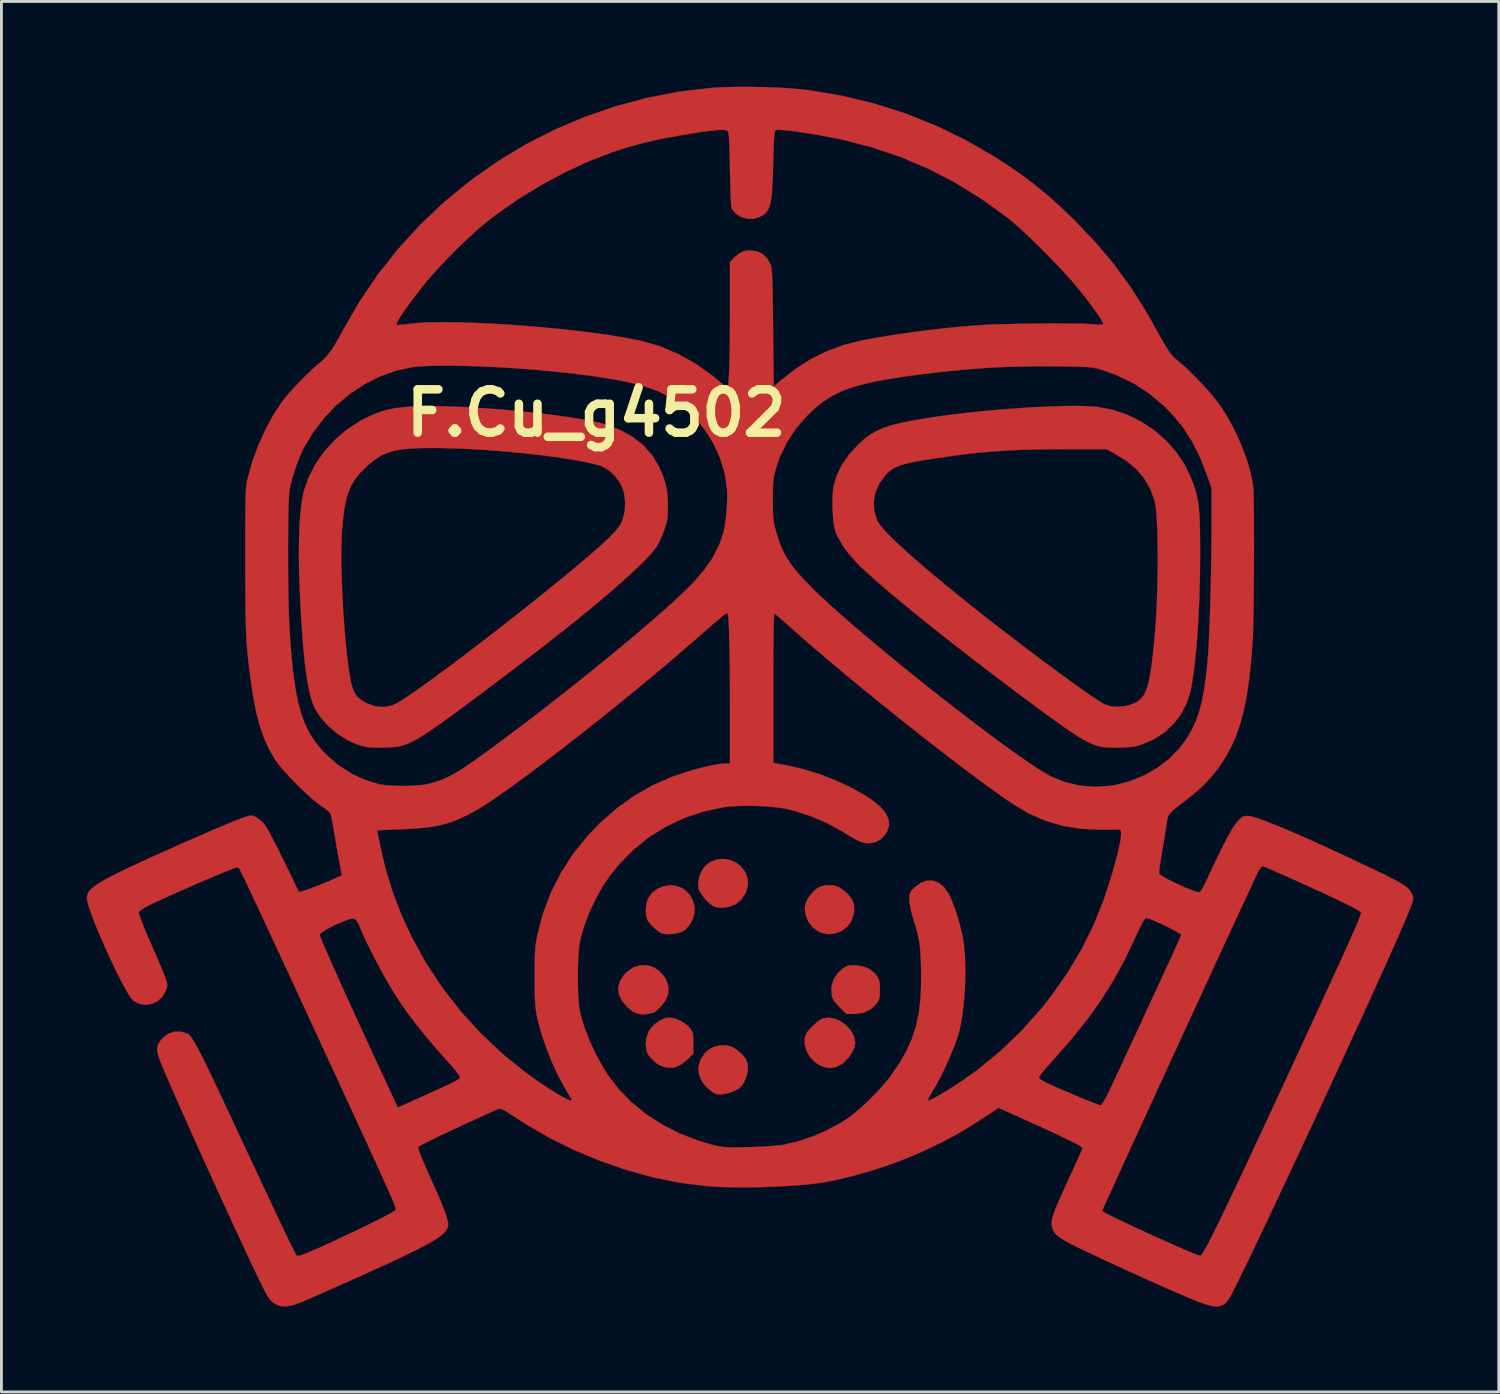
<source format=kicad_pcb>
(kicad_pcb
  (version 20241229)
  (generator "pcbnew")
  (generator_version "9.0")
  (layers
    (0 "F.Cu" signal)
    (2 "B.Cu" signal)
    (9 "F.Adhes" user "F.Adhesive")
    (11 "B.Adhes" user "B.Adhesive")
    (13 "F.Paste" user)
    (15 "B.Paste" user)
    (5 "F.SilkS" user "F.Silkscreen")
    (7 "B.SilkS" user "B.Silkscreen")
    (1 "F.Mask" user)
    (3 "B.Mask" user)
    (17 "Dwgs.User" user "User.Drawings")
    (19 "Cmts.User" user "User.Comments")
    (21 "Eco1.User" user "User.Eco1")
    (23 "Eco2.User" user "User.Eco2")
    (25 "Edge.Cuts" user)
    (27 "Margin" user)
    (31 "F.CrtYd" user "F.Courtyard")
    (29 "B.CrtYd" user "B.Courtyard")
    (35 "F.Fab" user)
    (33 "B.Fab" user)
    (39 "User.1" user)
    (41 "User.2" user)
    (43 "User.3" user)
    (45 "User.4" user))
  (footprint "F.Cu_g4502"
    (layer "F.Cu")
    (at 17.912 11.47)
    (property "Reference" "F.Cu_g4502" (at 0 0 0) (layer "F.SilkS") (effects (font (size 1.524 1.524) (thickness 0.3))))
    (attr through_hole)
    (fp_poly (pts (xy 4.699 15.711) (xy 4.932 15.818) (xy 5.074 15.93) (xy 5.238 16.137) (xy 5.324 16.366) (xy 5.33 16.607) (xy 5.257 16.851) (xy 5.105 17.088) (xy 5.081 17.116) (xy 4.907 17.257) (xy 4.689 17.351) (xy 4.452 17.392) (xy 4.225 17.372) (xy 4.125 17.339) (xy 3.994 17.253) (xy 3.852 17.116) (xy 3.722 16.954) (xy 3.626 16.793) (xy 3.596 16.713) (xy 3.581 16.524) (xy 3.62 16.308) (xy 3.703 16.099) (xy 3.798 15.956) (xy 3.985 15.795) (xy 4.209 15.7) (xy 4.452 15.672) (xy 4.699 15.711)) (stroke (width 0.01) (type solid)) (fill yes) (layer "F.Cu"))
    (fp_poly (pts (xy 2.755 21.283) (xy 2.964 21.368) (xy 3.156 21.49) (xy 3.293 21.623) (xy 3.349 21.704) (xy 3.383 21.782) (xy 3.401 21.882) (xy 3.407 22.028) (xy 3.408 22.15) (xy 3.408 22.527) (xy 3.193 22.732) (xy 2.972 22.907) (xy 2.757 23.001) (xy 2.535 23.018) (xy 2.312 22.967) (xy 2.145 22.878) (xy 1.982 22.743) (xy 1.848 22.587) (xy 1.774 22.445) (xy 1.737 22.216) (xy 1.762 21.97) (xy 1.843 21.743) (xy 1.887 21.669) (xy 2.048 21.487) (xy 2.24 21.348) (xy 2.44 21.267) (xy 2.561 21.251) (xy 2.755 21.283)) (stroke (width 0.01) (type solid)) (fill yes) (layer "F.Cu"))
    (fp_poly (pts (xy 8.455 16.636) (xy 8.522 16.663) (xy 8.69 16.773) (xy 8.853 16.921) (xy 8.978 17.077) (xy 9.004 17.121) (xy 9.061 17.309) (xy 9.062 17.53) (xy 9.01 17.755) (xy 8.967 17.855) (xy 8.819 18.057) (xy 8.623 18.206) (xy 8.395 18.296) (xy 8.153 18.321) (xy 7.916 18.275) (xy 7.832 18.238) (xy 7.619 18.086) (xy 7.459 17.887) (xy 7.361 17.657) (xy 7.332 17.413) (xy 7.363 17.223) (xy 7.442 17.057) (xy 7.568 16.887) (xy 7.718 16.742) (xy 7.862 16.652) (xy 8.049 16.605) (xy 8.261 16.6) (xy 8.455 16.636)) (stroke (width 0.01) (type solid)) (fill yes) (layer "F.Cu"))
    (fp_poly (pts (xy 8.373 21.287) (xy 8.588 21.379) (xy 8.783 21.519) (xy 8.944 21.698) (xy 9.054 21.903) (xy 9.101 22.124) (xy 9.102 22.151) (xy 9.069 22.312) (xy 8.98 22.495) (xy 8.852 22.677) (xy 8.698 22.833) (xy 8.62 22.892) (xy 8.399 23.001) (xy 8.178 23.027) (xy 7.946 22.971) (xy 7.895 22.95) (xy 7.682 22.815) (xy 7.511 22.634) (xy 7.39 22.424) (xy 7.327 22.201) (xy 7.327 21.98) (xy 7.384 21.808) (xy 7.462 21.698) (xy 7.583 21.568) (xy 7.722 21.44) (xy 7.855 21.339) (xy 7.941 21.292) (xy 8.152 21.255) (xy 8.373 21.287)) (stroke (width 0.01) (type solid)) (fill yes) (layer "F.Cu"))
    (fp_poly (pts (xy 4.775 22.283) (xy 4.788 22.289) (xy 4.955 22.397) (xy 5.117 22.539) (xy 5.242 22.689) (xy 5.274 22.741) (xy 5.327 22.925) (xy 5.323 23.142) (xy 5.266 23.368) (xy 5.162 23.578) (xy 5.086 23.679) (xy 4.965 23.773) (xy 4.794 23.855) (xy 4.599 23.916) (xy 4.407 23.949) (xy 4.247 23.947) (xy 4.191 23.932) (xy 4.055 23.851) (xy 3.906 23.721) (xy 3.769 23.57) (xy 3.697 23.465) (xy 3.606 23.232) (xy 3.593 22.99) (xy 3.657 22.752) (xy 3.794 22.531) (xy 3.949 22.379) (xy 4.13 22.28) (xy 4.35 22.229) (xy 4.576 22.229) (xy 4.775 22.283)) (stroke (width 0.01) (type solid)) (fill yes) (layer "F.Cu"))
    (fp_poly (pts (xy 2.843 16.629) (xy 3.066 16.726) (xy 3.089 16.742) (xy 3.266 16.91) (xy 3.392 17.125) (xy 3.456 17.361) (xy 3.457 17.532) (xy 3.398 17.769) (xy 3.285 17.985) (xy 3.135 18.155) (xy 3.067 18.205) (xy 2.92 18.266) (xy 2.731 18.305) (xy 2.532 18.32) (xy 2.359 18.307) (xy 2.286 18.286) (xy 2.171 18.215) (xy 2.035 18.099) (xy 1.906 17.966) (xy 1.81 17.84) (xy 1.796 17.814) (xy 1.75 17.662) (xy 1.739 17.466) (xy 1.761 17.261) (xy 1.815 17.081) (xy 1.817 17.077) (xy 1.95 16.878) (xy 2.137 16.73) (xy 2.36 16.636) (xy 2.602 16.601) (xy 2.843 16.629)) (stroke (width 0.01) (type solid)) (fill yes) (layer "F.Cu"))
    (fp_poly (pts (xy 1.79 19.414) (xy 2.021 19.486) (xy 2.229 19.627) (xy 2.403 19.832) (xy 2.472 19.957) (xy 2.54 20.191) (xy 2.525 20.427) (xy 2.429 20.658) (xy 2.255 20.878) (xy 2.204 20.926) (xy 2.103 21.013) (xy 2.027 21.07) (xy 2 21.083) (xy 1.941 21.092) (xy 1.837 21.113) (xy 1.82 21.117) (xy 1.695 21.136) (xy 1.592 21.136) (xy 1.587 21.135) (xy 1.424 21.101) (xy 1.305 21.052) (xy 1.19 20.969) (xy 1.116 20.903) (xy 0.917 20.678) (xy 0.801 20.449) (xy 0.769 20.22) (xy 0.821 19.994) (xy 0.957 19.774) (xy 1.092 19.634) (xy 1.313 19.485) (xy 1.55 19.413) (xy 1.79 19.414)) (stroke (width 0.01) (type solid)) (fill yes) (layer "F.Cu"))
    (fp_poly (pts (xy 9.359 19.446) (xy 9.604 19.545) (xy 9.796 19.704) (xy 9.856 19.782) (xy 9.916 19.885) (xy 9.95 19.984) (xy 9.966 20.111) (xy 9.97 20.281) (xy 9.967 20.453) (xy 9.953 20.568) (xy 9.921 20.655) (xy 9.864 20.74) (xy 9.84 20.771) (xy 9.64 20.961) (xy 9.398 21.078) (xy 9.112 21.124) (xy 9.065 21.124) (xy 8.792 21.124) (xy 8.549 20.881) (xy 8.415 20.737) (xy 8.334 20.623) (xy 8.29 20.515) (xy 8.277 20.458) (xy 8.266 20.179) (xy 8.333 19.93) (xy 8.479 19.704) (xy 8.651 19.541) (xy 8.756 19.465) (xy 8.853 19.426) (xy 8.979 19.412) (xy 9.074 19.411) (xy 9.359 19.446)) (stroke (width 0.01) (type solid)) (fill yes) (layer "F.Cu"))
    (fp_poly (pts (xy 17.278 -0.241) (xy 17.584 -0.219) (xy 17.601 -0.217) (xy 18.14 -0.117) (xy 18.661 0.058) (xy 19.156 0.303) (xy 19.616 0.609) (xy 20.031 0.971) (xy 20.393 1.381) (xy 20.693 1.832) (xy 20.916 2.302) (xy 20.992 2.505) (xy 21.054 2.694) (xy 21.105 2.879) (xy 21.145 3.07) (xy 21.175 3.28) (xy 21.197 3.518) (xy 21.212 3.796) (xy 21.221 4.123) (xy 21.225 4.512) (xy 21.226 4.973) (xy 21.226 5.059) (xy 21.218 5.794) (xy 21.198 6.511) (xy 21.167 7.2) (xy 21.126 7.85) (xy 21.074 8.452) (xy 21.013 8.996) (xy 20.943 9.473) (xy 20.891 9.758) (xy 20.76 10.187) (xy 20.557 10.581) (xy 20.289 10.932) (xy 19.962 11.233) (xy 19.584 11.476) (xy 19.162 11.655) (xy 18.988 11.705) (xy 18.8 11.737) (xy 18.56 11.757) (xy 18.297 11.765) (xy 18.038 11.759) (xy 17.81 11.74) (xy 17.653 11.711) (xy 17.534 11.674) (xy 17.406 11.623) (xy 17.265 11.555) (xy 17.103 11.467) (xy 16.917 11.354) (xy 16.7 11.212) (xy 16.447 11.04) (xy 16.153 10.831) (xy 15.811 10.584) (xy 15.417 10.294) (xy 14.965 9.958) (xy 14.668 9.736) (xy 14.017 9.245) (xy 13.382 8.76) (xy 12.768 8.285) (xy 12.179 7.823) (xy 11.622 7.38) (xy 11.102 6.96) (xy 10.624 6.566) (xy 10.192 6.203) (xy 9.813 5.875) (xy 9.492 5.587) (xy 9.233 5.342) (xy 9.184 5.294) (xy 8.892 4.97) (xy 8.648 4.634) (xy 8.466 4.305) (xy 8.401 4.149) (xy 8.364 3.996) (xy 8.334 3.781) (xy 8.314 3.527) (xy 8.304 3.256) (xy 8.305 3.097) (xy 9.754 3.097) (xy 9.77 3.434) (xy 9.869 3.77) (xy 9.872 3.777) (xy 9.954 3.912) (xy 10.103 4.094) (xy 10.318 4.32) (xy 10.596 4.591) (xy 10.936 4.903) (xy 11.336 5.254) (xy 11.794 5.645) (xy 12.308 6.071) (xy 12.876 6.532) (xy 13.102 6.713) (xy 13.511 7.038) (xy 13.935 7.37) (xy 14.368 7.705) (xy 14.803 8.039) (xy 15.234 8.366) (xy 15.655 8.682) (xy 16.059 8.982) (xy 16.44 9.262) (xy 16.793 9.517) (xy 17.109 9.742) (xy 17.384 9.933) (xy 17.611 10.085) (xy 17.783 10.193) (xy 17.886 10.249) (xy 18.096 10.31) (xy 18.349 10.326) (xy 18.616 10.296) (xy 18.744 10.265) (xy 18.9 10.21) (xy 19.032 10.141) (xy 19.144 10.051) (xy 19.239 9.931) (xy 19.319 9.774) (xy 19.388 9.574) (xy 19.447 9.322) (xy 19.5 9.012) (xy 19.549 8.635) (xy 19.598 8.185) (xy 19.622 7.938) (xy 19.657 7.529) (xy 19.685 7.088) (xy 19.707 6.625) (xy 19.724 6.15) (xy 19.734 5.673) (xy 19.738 5.205) (xy 19.737 4.754) (xy 19.729 4.333) (xy 19.716 3.949) (xy 19.696 3.614) (xy 19.671 3.338) (xy 19.639 3.131) (xy 19.619 3.048) (xy 19.463 2.64) (xy 19.253 2.283) (xy 18.983 1.968) (xy 18.644 1.687) (xy 18.248 1.441) (xy 17.938 1.27) (xy 16.411 1.27) (xy 15.677 1.275) (xy 15.007 1.291) (xy 14.381 1.32) (xy 13.778 1.363) (xy 13.179 1.421) (xy 12.563 1.498) (xy 11.91 1.593) (xy 11.429 1.671) (xy 11.097 1.731) (xy 10.835 1.791) (xy 10.628 1.857) (xy 10.463 1.933) (xy 10.325 2.027) (xy 10.2 2.143) (xy 10.187 2.158) (xy 9.963 2.451) (xy 9.819 2.767) (xy 9.754 3.097) (xy 8.305 3.097) (xy 8.305 2.991) (xy 8.318 2.754) (xy 8.337 2.603) (xy 8.444 2.219) (xy 8.629 1.835) (xy 8.885 1.461) (xy 9.208 1.106) (xy 9.27 1.047) (xy 9.461 0.882) (xy 9.655 0.742) (xy 9.862 0.624) (xy 10.096 0.522) (xy 10.367 0.433) (xy 10.687 0.352) (xy 11.068 0.274) (xy 11.52 0.195) (xy 12.026 0.118) (xy 12.569 0.046) (xy 13.136 -0.02) (xy 13.717 -0.079) (xy 14.302 -0.13) (xy 14.879 -0.173) (xy 15.439 -0.208) (xy 15.969 -0.232) (xy 16.459 -0.247) (xy 16.899 -0.25) (xy 17.278 -0.241)) (stroke (width 0.01) (type solid)) (fill yes) (layer "F.Cu"))
    (fp_poly (pts (xy -5.404 -0.241) (xy -4.904 -0.224) (xy -4.37 -0.197) (xy -3.816 -0.16) (xy -3.25 -0.115) (xy -2.684 -0.063) (xy -2.128 -0.004) (xy -1.594 0.059) (xy -1.092 0.127) (xy -0.633 0.198) (xy -0.227 0.271) (xy 0.115 0.344) (xy 0.36 0.411) (xy 0.851 0.601) (xy 1.284 0.843) (xy 1.653 1.135) (xy 1.956 1.474) (xy 2.189 1.855) (xy 2.194 1.866) (xy 2.335 2.185) (xy 2.43 2.47) (xy 2.487 2.753) (xy 2.512 3.067) (xy 2.515 3.26) (xy 2.514 3.484) (xy 2.504 3.653) (xy 2.483 3.794) (xy 2.445 3.937) (xy 2.386 4.11) (xy 2.383 4.119) (xy 2.297 4.346) (xy 2.213 4.533) (xy 2.118 4.698) (xy 2 4.857) (xy 1.848 5.03) (xy 1.648 5.234) (xy 1.558 5.323) (xy 1.223 5.641) (xy 0.845 5.984) (xy 0.42 6.353) (xy -0.054 6.753) (xy -0.581 7.184) (xy -1.163 7.65) (xy -1.805 8.154) (xy -2.508 8.696) (xy -3.277 9.282) (xy -3.916 9.763) (xy -4.401 10.126) (xy -4.825 10.441) (xy -5.193 10.71) (xy -5.512 10.939) (xy -5.787 11.13) (xy -6.023 11.287) (xy -6.227 11.413) (xy -6.404 11.514) (xy -6.56 11.591) (xy -6.7 11.649) (xy -6.83 11.691) (xy -6.956 11.721) (xy -6.98 11.726) (xy -7.134 11.745) (xy -7.341 11.757) (xy -7.572 11.762) (xy -7.799 11.76) (xy -7.99 11.75) (xy -8.086 11.739) (xy -8.427 11.645) (xy -8.775 11.482) (xy -9.111 11.264) (xy -9.419 11.003) (xy -9.681 10.712) (xy -9.88 10.405) (xy -9.901 10.365) (xy -9.986 10.154) (xy -10.064 9.884) (xy -10.135 9.552) (xy -10.199 9.155) (xy -10.256 8.689) (xy -10.308 8.151) (xy -10.354 7.537) (xy -10.396 6.843) (xy -10.413 6.498) (xy -10.442 5.771) (xy -10.454 5.1) (xy -10.453 4.899) (xy -8.964 4.899) (xy -8.961 5.359) (xy -8.949 5.854) (xy -8.928 6.371) (xy -8.9 6.896) (xy -8.865 7.418) (xy -8.824 7.922) (xy -8.778 8.395) (xy -8.727 8.824) (xy -8.673 9.196) (xy -8.617 9.498) (xy -8.611 9.523) (xy -8.533 9.769) (xy -8.417 9.955) (xy -8.246 10.104) (xy -8.079 10.199) (xy -7.783 10.306) (xy -7.488 10.336) (xy -7.205 10.287) (xy -7.044 10.219) (xy -6.868 10.116) (xy -6.632 9.963) (xy -6.344 9.766) (xy -6.011 9.529) (xy -5.637 9.258) (xy -5.23 8.957) (xy -4.796 8.632) (xy -4.342 8.287) (xy -3.873 7.927) (xy -3.396 7.557) (xy -2.917 7.183) (xy -2.442 6.808) (xy -1.979 6.438) (xy -1.533 6.078) (xy -1.11 5.733) (xy -0.717 5.408) (xy -0.361 5.107) (xy -0.047 4.836) (xy 0.219 4.6) (xy 0.429 4.403) (xy 0.469 4.362) (xy 0.643 4.183) (xy 0.765 4.041) (xy 0.85 3.916) (xy 0.911 3.79) (xy 0.924 3.755) (xy 1 3.447) (xy 1.016 3.113) (xy 0.971 2.788) (xy 0.924 2.637) (xy 0.804 2.404) (xy 0.631 2.185) (xy 0.426 2.003) (xy 0.209 1.875) (xy 0.128 1.846) (xy -0.189 1.764) (xy -0.578 1.684) (xy -1.03 1.607) (xy -1.532 1.533) (xy -2.074 1.465) (xy -2.643 1.403) (xy -3.229 1.348) (xy -3.821 1.302) (xy -4.406 1.266) (xy -4.973 1.242) (xy -5.512 1.229) (xy -5.736 1.228) (xy -6.185 1.233) (xy -6.562 1.25) (xy -6.879 1.283) (xy -7.148 1.335) (xy -7.383 1.41) (xy -7.595 1.513) (xy -7.795 1.645) (xy -7.998 1.811) (xy -8.131 1.934) (xy -8.33 2.139) (xy -8.492 2.343) (xy -8.622 2.559) (xy -8.724 2.8) (xy -8.803 3.078) (xy -8.864 3.405) (xy -8.911 3.795) (xy -8.94 4.137) (xy -8.957 4.487) (xy -8.964 4.899) (xy -10.453 4.899) (xy -10.451 4.49) (xy -10.432 3.947) (xy -10.397 3.473) (xy -10.348 3.074) (xy -10.286 2.766) (xy -10.117 2.271) (xy -9.873 1.797) (xy -9.561 1.35) (xy -9.189 0.942) (xy -8.765 0.579) (xy -8.297 0.273) (xy -7.862 0.058) (xy -7.591 -0.045) (xy -7.321 -0.122) (xy -7.033 -0.177) (xy -6.704 -0.214) (xy -6.315 -0.237) (xy -6.265 -0.239) (xy -5.862 -0.246) (xy -5.404 -0.241)) (stroke (width 0.01) (type solid)) (fill yes) (layer "F.Cu"))
    (fp_poly (pts (xy 5.423 -11.465) (xy 5.918 -11.456) (xy 6.405 -11.437) (xy 6.863 -11.409) (xy 7.271 -11.373) (xy 7.478 -11.348) (xy 8.65 -11.15) (xy 9.786 -10.876) (xy 10.89 -10.523) (xy 11.963 -10.092) (xy 13.009 -9.582) (xy 14.029 -8.991) (xy 14.362 -8.776) (xy 14.91 -8.402) (xy 15.416 -8.022) (xy 15.902 -7.621) (xy 16.391 -7.18) (xy 16.852 -6.733) (xy 17.549 -5.998) (xy 18.175 -5.256) (xy 18.74 -4.49) (xy 19.256 -3.685) (xy 19.54 -3.191) (xy 19.718 -2.869) (xy 19.862 -2.612) (xy 19.979 -2.41) (xy 20.074 -2.254) (xy 20.155 -2.134) (xy 20.228 -2.04) (xy 20.299 -1.963) (xy 20.375 -1.893) (xy 20.463 -1.82) (xy 20.481 -1.806) (xy 20.693 -1.623) (xy 20.935 -1.392) (xy 21.19 -1.132) (xy 21.442 -0.859) (xy 21.673 -0.592) (xy 21.867 -0.349) (xy 21.977 -0.196) (xy 22.248 0.246) (xy 22.494 0.72) (xy 22.709 1.208) (xy 22.885 1.692) (xy 23.014 2.154) (xy 23.091 2.576) (xy 23.092 2.593) (xy 23.1 2.707) (xy 23.106 2.896) (xy 23.112 3.151) (xy 23.115 3.46) (xy 23.118 3.815) (xy 23.119 4.206) (xy 23.12 4.623) (xy 23.119 5.057) (xy 23.117 5.496) (xy 23.114 5.932) (xy 23.11 6.356) (xy 23.105 6.756) (xy 23.099 7.123) (xy 23.092 7.449) (xy 23.085 7.721) (xy 23.076 7.932) (xy 23.072 8.001) (xy 23.018 8.724) (xy 22.948 9.371) (xy 22.862 9.951) (xy 22.757 10.473) (xy 22.63 10.943) (xy 22.479 11.372) (xy 22.302 11.766) (xy 22.097 12.134) (xy 21.862 12.485) (xy 21.816 12.546) (xy 21.57 12.848) (xy 21.295 13.131) (xy 20.974 13.414) (xy 20.638 13.675) (xy 20.43 13.832) (xy 20.28 13.955) (xy 20.178 14.055) (xy 20.114 14.148) (xy 20.077 14.245) (xy 20.056 14.361) (xy 20.05 14.415) (xy 20.033 14.542) (xy 20.004 14.733) (xy 19.967 14.967) (xy 19.923 15.223) (xy 19.892 15.401) (xy 19.851 15.642) (xy 19.818 15.857) (xy 19.795 16.031) (xy 19.784 16.149) (xy 19.785 16.193) (xy 19.834 16.239) (xy 19.946 16.31) (xy 20.105 16.396) (xy 20.296 16.492) (xy 20.502 16.589) (xy 20.707 16.681) (xy 20.897 16.759) (xy 21.054 16.817) (xy 21.164 16.846) (xy 21.188 16.849) (xy 21.244 16.808) (xy 21.322 16.69) (xy 21.421 16.494) (xy 21.428 16.478) (xy 21.666 15.97) (xy 21.874 15.536) (xy 22.054 15.174) (xy 22.208 14.88) (xy 22.338 14.651) (xy 22.445 14.482) (xy 22.531 14.372) (xy 22.64 14.258) (xy 22.722 14.194) (xy 22.802 14.168) (xy 22.906 14.163) (xy 22.908 14.163) (xy 23.034 14.183) (xy 23.231 14.241) (xy 23.497 14.335) (xy 23.828 14.464) (xy 24.22 14.625) (xy 24.67 14.818) (xy 25.174 15.042) (xy 25.73 15.294) (xy 26.333 15.574) (xy 26.966 15.873) (xy 27.363 16.062) (xy 27.691 16.221) (xy 27.956 16.353) (xy 28.167 16.464) (xy 28.33 16.559) (xy 28.453 16.642) (xy 28.544 16.718) (xy 28.609 16.793) (xy 28.657 16.871) (xy 28.693 16.956) (xy 28.72 17.033) (xy 28.72 17.074) (xy 28.703 17.148) (xy 28.668 17.258) (xy 28.611 17.409) (xy 28.533 17.605) (xy 28.43 17.85) (xy 28.302 18.148) (xy 28.146 18.502) (xy 27.961 18.918) (xy 27.745 19.399) (xy 27.497 19.948) (xy 27.242 20.511) (xy 26.95 21.151) (xy 26.648 21.81) (xy 26.339 22.483) (xy 26.025 23.165) (xy 25.708 23.85) (xy 25.391 24.534) (xy 25.076 25.211) (xy 24.766 25.877) (xy 24.463 26.525) (xy 24.169 27.152) (xy 23.887 27.751) (xy 23.619 28.318) (xy 23.367 28.848) (xy 23.135 29.335) (xy 22.924 29.775) (xy 22.736 30.162) (xy 22.575 30.491) (xy 22.443 30.758) (xy 22.342 30.956) (xy 22.288 31.056) (xy 22.191 31.208) (xy 22.088 31.317) (xy 21.97 31.383) (xy 21.825 31.407) (xy 21.645 31.39) (xy 21.42 31.33) (xy 21.138 31.23) (xy 20.828 31.104) (xy 20.511 30.968) (xy 20.134 30.803) (xy 19.713 30.616) (xy 19.262 30.414) (xy 18.799 30.204) (xy 18.338 29.993) (xy 17.896 29.789) (xy 17.489 29.598) (xy 17.132 29.428) (xy 17.039 29.384) (xy 16.734 29.233) (xy 16.498 29.107) (xy 16.321 29) (xy 16.195 28.903) (xy 16.109 28.81) (xy 16.054 28.713) (xy 16.022 28.605) (xy 16.018 28.586) (xy 16.008 28.508) (xy 16.01 28.425) (xy 16.025 28.328) (xy 16.059 28.208) (xy 16.112 28.055) (xy 16.114 28.05) (xy 17.78 28.05) (xy 17.817 28.079) (xy 17.923 28.138) (xy 18.087 28.221) (xy 18.3 28.326) (xy 18.553 28.446) (xy 18.836 28.58) (xy 19.139 28.721) (xy 19.454 28.865) (xy 19.771 29.009) (xy 20.08 29.148) (xy 20.372 29.277) (xy 20.637 29.393) (xy 20.866 29.49) (xy 21.05 29.565) (xy 21.178 29.613) (xy 21.241 29.63) (xy 21.275 29.595) (xy 21.34 29.496) (xy 21.428 29.345) (xy 21.531 29.153) (xy 21.632 28.957) (xy 21.756 28.708) (xy 21.892 28.429) (xy 22.043 28.118) (xy 22.21 27.771) (xy 22.394 27.385) (xy 22.597 26.956) (xy 22.82 26.481) (xy 23.066 25.957) (xy 23.335 25.38) (xy 23.63 24.746) (xy 23.952 24.053) (xy 24.303 23.297) (xy 24.683 22.474) (xy 25.096 21.581) (xy 25.541 20.614) (xy 25.576 20.539) (xy 25.835 19.977) (xy 26.06 19.487) (xy 26.252 19.064) (xy 26.415 18.705) (xy 26.55 18.403) (xy 26.659 18.156) (xy 26.744 17.957) (xy 26.806 17.803) (xy 26.849 17.69) (xy 26.874 17.611) (xy 26.882 17.563) (xy 26.878 17.543) (xy 26.824 17.504) (xy 26.708 17.437) (xy 26.544 17.349) (xy 26.345 17.248) (xy 26.213 17.183) (xy 26.027 17.093) (xy 25.794 16.984) (xy 25.528 16.861) (xy 25.238 16.728) (xy 24.937 16.59) (xy 24.635 16.454) (xy 24.345 16.323) (xy 24.076 16.204) (xy 23.842 16.101) (xy 23.652 16.019) (xy 23.519 15.963) (xy 23.46 15.941) (xy 23.419 15.935) (xy 23.381 15.952) (xy 23.337 16.004) (xy 23.28 16.102) (xy 23.203 16.259) (xy 23.13 16.412) (xy 23.026 16.635) (xy 22.894 16.917) (xy 22.739 17.251) (xy 22.561 17.634) (xy 22.364 18.06) (xy 22.149 18.523) (xy 21.92 19.02) (xy 21.678 19.544) (xy 21.426 20.091) (xy 21.166 20.655) (xy 20.9 21.232) (xy 20.631 21.817) (xy 20.361 22.404) (xy 20.092 22.988) (xy 19.827 23.565) (xy 19.568 24.128) (xy 19.318 24.674) (xy 19.078 25.197) (xy 18.851 25.692) (xy 18.64 26.154) (xy 18.446 26.577) (xy 18.273 26.957) (xy 18.122 27.289) (xy 17.995 27.568) (xy 17.895 27.788) (xy 17.825 27.945) (xy 17.787 28.033) (xy 17.78 28.05) (xy 16.114 28.05) (xy 16.19 27.861) (xy 16.295 27.618) (xy 16.43 27.316) (xy 16.594 26.955) (xy 17.1 25.845) (xy 16.99 25.754) (xy 16.926 25.715) (xy 16.795 25.647) (xy 16.605 25.553) (xy 16.368 25.439) (xy 16.092 25.309) (xy 15.786 25.168) (xy 15.511 25.042) (xy 14.144 24.422) (xy 13.708 24.713) (xy 13.163 25.064) (xy 12.631 25.376) (xy 12.085 25.664) (xy 11.496 25.944) (xy 11.197 26.076) (xy 10.712 26.274) (xy 10.186 26.464) (xy 9.64 26.64) (xy 9.094 26.797) (xy 8.569 26.929) (xy 8.085 27.029) (xy 7.815 27.072) (xy 7.389 27.121) (xy 6.9 27.161) (xy 6.369 27.191) (xy 5.818 27.211) (xy 5.267 27.219) (xy 4.739 27.216) (xy 4.253 27.201) (xy 3.873 27.176) (xy 2.964 27.062) (xy 2.033 26.875) (xy 1.095 26.619) (xy 0.163 26.298) (xy -0.751 25.919) (xy -1.634 25.484) (xy -2.473 24.998) (xy -2.719 24.84) (xy -2.948 24.691) (xy -3.119 24.582) (xy -3.241 24.511) (xy -3.327 24.469) (xy -3.388 24.453) (xy -3.435 24.456) (xy -3.468 24.469) (xy -4.032 24.725) (xy -4.539 24.957) (xy -4.985 25.165) (xy -5.37 25.345) (xy -5.689 25.498) (xy -5.941 25.622) (xy -6.123 25.716) (xy -6.231 25.778) (xy -6.265 25.807) (xy -6.248 25.885) (xy -6.197 26.029) (xy -6.117 26.232) (xy -6.011 26.484) (xy -5.883 26.775) (xy -5.778 27.009) (xy -5.59 27.428) (xy -5.439 27.786) (xy -5.324 28.081) (xy -5.248 28.308) (xy -5.211 28.465) (xy -5.207 28.509) (xy -5.214 28.589) (xy -5.239 28.667) (xy -5.286 28.746) (xy -5.36 28.83) (xy -5.465 28.92) (xy -5.606 29.02) (xy -5.786 29.131) (xy -6.012 29.256) (xy -6.286 29.398) (xy -6.614 29.56) (xy -7 29.743) (xy -7.449 29.952) (xy -7.965 30.187) (xy -8.552 30.452) (xy -8.803 30.564) (xy -9.123 30.707) (xy -9.436 30.846) (xy -9.728 30.976) (xy -9.988 31.09) (xy -10.2 31.182) (xy -10.353 31.248) (xy -10.387 31.262) (xy -10.671 31.362) (xy -10.905 31.406) (xy -11.1 31.393) (xy -11.239 31.341) (xy -11.33 31.289) (xy -11.407 31.23) (xy -11.478 31.154) (xy -11.551 31.047) (xy -11.635 30.899) (xy -11.738 30.698) (xy -11.865 30.438) (xy -12.027 30.099) (xy -12.211 29.709) (xy -12.413 29.276) (xy -12.631 28.808) (xy -12.86 28.312) (xy -13.097 27.795) (xy -13.34 27.265) (xy -13.583 26.729) (xy -13.825 26.196) (xy -14.061 25.672) (xy -14.289 25.165) (xy -14.504 24.683) (xy -14.704 24.234) (xy -14.885 23.824) (xy -15.043 23.461) (xy -15.176 23.153) (xy -15.279 22.908) (xy -15.344 22.747) (xy -15.418 22.52) (xy -15.439 22.34) (xy -15.402 22.187) (xy -15.306 22.042) (xy -15.24 21.971) (xy -15.042 21.817) (xy -14.832 21.744) (xy -14.598 21.749) (xy -14.389 21.808) (xy -14.35 21.828) (xy -14.307 21.865) (xy -14.258 21.922) (xy -14.2 22.003) (xy -14.131 22.114) (xy -14.05 22.258) (xy -13.953 22.439) (xy -13.839 22.663) (xy -13.705 22.934) (xy -13.55 23.255) (xy -13.37 23.632) (xy -13.164 24.068) (xy -12.929 24.569) (xy -12.663 25.138) (xy -12.384 25.739) (xy -12.046 26.463) (xy -11.742 27.113) (xy -11.472 27.689) (xy -11.235 28.192) (xy -11.031 28.619) (xy -10.862 28.971) (xy -10.727 29.248) (xy -10.626 29.449) (xy -10.559 29.573) (xy -10.53 29.619) (xy -10.494 29.63) (xy -10.425 29.619) (xy -10.314 29.583) (xy -10.15 29.519) (xy -9.927 29.423) (xy -9.694 29.32) (xy -9.345 29.162) (xy -8.992 28.999) (xy -8.643 28.835) (xy -8.307 28.675) (xy -7.994 28.522) (xy -7.711 28.381) (xy -7.467 28.257) (xy -7.271 28.152) (xy -7.131 28.073) (xy -7.056 28.022) (xy -7.045 28.01) (xy -7.043 27.995) (xy -7.047 27.969) (xy -7.058 27.929) (xy -7.078 27.87) (xy -7.109 27.79) (xy -7.152 27.684) (xy -7.211 27.548) (xy -7.285 27.379) (xy -7.377 27.172) (xy -7.489 26.925) (xy -7.622 26.632) (xy -7.778 26.289) (xy -7.959 25.895) (xy -8.166 25.443) (xy -8.402 24.931) (xy -8.668 24.354) (xy -8.965 23.709) (xy -9.296 22.991) (xy -9.367 22.839) (xy -9.809 21.881) (xy -10.216 21) (xy -10.589 20.193) (xy -10.929 19.461) (xy -11.234 18.802) (xy -11.449 18.34) (xy -9.728 18.34) (xy -9.713 18.391) (xy -9.665 18.513) (xy -9.585 18.702) (xy -9.476 18.953) (xy -9.341 19.26) (xy -9.181 19.619) (xy -8.999 20.024) (xy -8.797 20.47) (xy -8.577 20.953) (xy -8.342 21.467) (xy -8.094 22.007) (xy -7.836 22.569) (xy -7.568 23.146) (xy -7.453 23.395) (xy -6.978 24.417) (xy -6.251 24.089) (xy -5.99 23.97) (xy -5.725 23.85) (xy -5.478 23.737) (xy -5.27 23.642) (xy -5.154 23.588) (xy -4.962 23.492) (xy -4.837 23.413) (xy -4.785 23.356) (xy -4.784 23.349) (xy -4.811 23.294) (xy -4.885 23.191) (xy -4.994 23.055) (xy -5.128 22.901) (xy -5.133 22.896) (xy -5.575 22.398) (xy -5.962 21.945) (xy -6.302 21.526) (xy -6.602 21.13) (xy -6.872 20.747) (xy -7.12 20.365) (xy -7.247 20.156) (xy -7.402 19.887) (xy -7.57 19.582) (xy -7.742 19.258) (xy -7.909 18.934) (xy -8.06 18.628) (xy -8.188 18.356) (xy -8.284 18.137) (xy -8.294 18.111) (xy -8.371 17.931) (xy -8.442 17.821) (xy -8.525 17.774) (xy -8.641 17.782) (xy -8.807 17.837) (xy -8.875 17.862) (xy -9.107 17.959) (xy -9.322 18.061) (xy -9.504 18.16) (xy -9.64 18.248) (xy -9.717 18.318) (xy -9.728 18.34) (xy -11.449 18.34) (xy -11.507 18.216) (xy -11.747 17.7) (xy -11.955 17.256) (xy -12.131 16.881) (xy -12.276 16.574) (xy -12.39 16.336) (xy -12.474 16.164) (xy -12.527 16.058) (xy -12.549 16.019) (xy -12.577 15.99) (xy -12.615 15.978) (xy -12.678 15.987) (xy -12.78 16.019) (xy -12.935 16.079) (xy -13.107 16.148) (xy -13.352 16.25) (xy -13.641 16.372) (xy -13.96 16.509) (xy -14.295 16.655) (xy -14.63 16.803) (xy -14.952 16.947) (xy -15.246 17.08) (xy -15.498 17.195) (xy -15.693 17.287) (xy -15.759 17.32) (xy -15.911 17.403) (xy -16.025 17.479) (xy -16.083 17.534) (xy -16.087 17.547) (xy -16.072 17.625) (xy -16.026 17.764) (xy -15.947 17.967) (xy -15.836 18.238) (xy -15.689 18.58) (xy -15.548 18.902) (xy -15.438 19.154) (xy -15.335 19.396) (xy -15.245 19.61) (xy -15.177 19.781) (xy -15.137 19.889) (xy -15.095 20.025) (xy -15.083 20.119) (xy -15.1 20.209) (xy -15.132 20.3) (xy -15.252 20.513) (xy -15.42 20.67) (xy -15.621 20.769) (xy -15.837 20.803) (xy -16.055 20.77) (xy -16.259 20.663) (xy -16.288 20.639) (xy -16.367 20.548) (xy -16.47 20.388) (xy -16.594 20.17) (xy -16.734 19.906) (xy -16.884 19.606) (xy -17.04 19.281) (xy -17.196 18.942) (xy -17.349 18.599) (xy -17.492 18.263) (xy -17.622 17.946) (xy -17.734 17.658) (xy -17.821 17.409) (xy -17.88 17.211) (xy -17.906 17.075) (xy -17.907 17.056) (xy -17.899 16.971) (xy -17.873 16.888) (xy -17.823 16.805) (xy -17.744 16.719) (xy -17.631 16.626) (xy -17.479 16.523) (xy -17.283 16.408) (xy -17.038 16.277) (xy -16.737 16.127) (xy -16.378 15.956) (xy -15.953 15.759) (xy -15.459 15.534) (xy -15.134 15.388) (xy -14.625 15.16) (xy -14.146 14.949) (xy -13.705 14.757) (xy -13.309 14.588) (xy -12.966 14.443) (xy -12.681 14.328) (xy -12.463 14.244) (xy -12.393 14.218) (xy -12.249 14.17) (xy -12.155 14.149) (xy -12.083 14.155) (xy -12.002 14.186) (xy -11.965 14.203) (xy -11.844 14.283) (xy -11.717 14.402) (xy -11.656 14.474) (xy -11.584 14.586) (xy -11.48 14.769) (xy -11.347 15.019) (xy -11.188 15.33) (xy -11.006 15.697) (xy -10.803 16.115) (xy -10.611 16.517) (xy -10.456 16.842) (xy -10.298 16.798) (xy -10.141 16.748) (xy -9.93 16.671) (xy -9.689 16.576) (xy -9.44 16.472) (xy -9.224 16.377) (xy -8.945 16.249) (xy -9.025 15.819) (xy -9.063 15.608) (xy -9.11 15.346) (xy -9.159 15.065) (xy -9.205 14.797) (xy -9.208 14.78) (xy -9.227 14.672) (xy -7.705 14.672) (xy -7.697 14.716) (xy -7.675 14.826) (xy -7.643 14.988) (xy -7.603 15.184) (xy -7.597 15.214) (xy -7.397 16.066) (xy -7.148 16.875) (xy -6.841 17.667) (xy -6.49 18.421) (xy -5.988 19.331) (xy -5.413 20.202) (xy -4.77 21.028) (xy -4.063 21.805) (xy -3.296 22.528) (xy -2.473 23.191) (xy -1.99 23.535) (xy -1.711 23.72) (xy -1.461 23.878) (xy -1.244 24.007) (xy -1.068 24.102) (xy -0.94 24.16) (xy -0.867 24.178) (xy -0.855 24.151) (xy -0.859 24.141) (xy -0.888 24.093) (xy -0.949 23.989) (xy -1.033 23.848) (xy -1.094 23.746) (xy -1.334 23.305) (xy -1.561 22.813) (xy -1.766 22.297) (xy -1.938 21.785) (xy -2.064 21.304) (xy -2.079 21.236) (xy -2.108 21.08) (xy -2.131 20.929) (xy -2.147 20.766) (xy -2.158 20.577) (xy -2.164 20.345) (xy -2.167 20.055) (xy -2.167 19.812) (xy -2.167 19.789) (xy -0.65 19.789) (xy -0.647 20.119) (xy -0.638 20.429) (xy -0.622 20.699) (xy -0.6 20.909) (xy -0.597 20.932) (xy -0.515 21.292) (xy -0.384 21.696) (xy -0.212 22.124) (xy -0.007 22.557) (xy 0.223 22.977) (xy 0.405 23.268) (xy 0.788 23.77) (xy 1.241 24.232) (xy 1.756 24.65) (xy 2.326 25.018) (xy 2.943 25.331) (xy 3.6 25.584) (xy 4 25.702) (xy 4.16 25.744) (xy 4.293 25.774) (xy 4.415 25.795) (xy 4.543 25.808) (xy 4.694 25.814) (xy 4.886 25.815) (xy 5.134 25.811) (xy 5.334 25.807) (xy 5.68 25.796) (xy 6.005 25.779) (xy 6.292 25.757) (xy 6.521 25.732) (xy 6.597 25.72) (xy 7.082 25.608) (xy 7.592 25.436) (xy 8.102 25.215) (xy 8.588 24.954) (xy 8.782 24.833) (xy 9.01 24.667) (xy 9.271 24.448) (xy 9.546 24.194) (xy 9.818 23.921) (xy 10.071 23.646) (xy 10.288 23.385) (xy 10.333 23.325) (xy 10.642 22.88) (xy 10.893 22.446) (xy 11.091 22.009) (xy 11.239 21.556) (xy 11.341 21.074) (xy 11.401 20.549) (xy 11.422 19.967) (xy 11.418 19.566) (xy 11.408 19.235) (xy 11.395 18.969) (xy 11.376 18.745) (xy 11.348 18.545) (xy 11.307 18.347) (xy 11.25 18.131) (xy 11.174 17.876) (xy 11.132 17.739) (xy 11.059 17.471) (xy 11.016 17.233) (xy 11.007 17.095) (xy 11.011 16.952) (xy 11.035 16.857) (xy 11.093 16.773) (xy 11.184 16.682) (xy 11.401 16.519) (xy 11.622 16.438) (xy 11.838 16.438) (xy 12.044 16.518) (xy 12.23 16.675) (xy 12.391 16.909) (xy 12.407 16.94) (xy 12.53 17.218) (xy 12.652 17.556) (xy 12.765 17.932) (xy 12.861 18.321) (xy 12.876 18.387) (xy 12.927 18.719) (xy 12.959 19.113) (xy 12.971 19.551) (xy 12.965 20.013) (xy 12.94 20.479) (xy 12.898 20.931) (xy 12.839 21.349) (xy 12.764 21.714) (xy 12.759 21.733) (xy 12.679 21.995) (xy 12.564 22.307) (xy 12.422 22.65) (xy 12.263 23.003) (xy 12.097 23.345) (xy 11.931 23.656) (xy 11.786 23.9) (xy 11.713 24.023) (xy 11.669 24.118) (xy 11.662 24.164) (xy 11.713 24.159) (xy 11.823 24.111) (xy 11.981 24.026) (xy 12.178 23.912) (xy 12.403 23.773) (xy 12.646 23.617) (xy 12.896 23.449) (xy 13.028 23.357) (xy 15.557 23.357) (xy 15.591 23.406) (xy 15.694 23.475) (xy 15.871 23.566) (xy 16.023 23.637) (xy 16.256 23.74) (xy 16.508 23.849) (xy 16.766 23.959) (xy 17.017 24.064) (xy 17.249 24.159) (xy 17.449 24.239) (xy 17.605 24.299) (xy 17.702 24.333) (xy 17.727 24.339) (xy 17.767 24.305) (xy 17.832 24.21) (xy 17.913 24.071) (xy 17.965 23.971) (xy 18.01 23.879) (xy 18.086 23.718) (xy 18.19 23.496) (xy 18.318 23.223) (xy 18.466 22.906) (xy 18.63 22.553) (xy 18.807 22.172) (xy 18.993 21.773) (xy 19.183 21.363) (xy 19.374 20.95) (xy 19.562 20.543) (xy 19.743 20.15) (xy 19.914 19.779) (xy 20.07 19.439) (xy 20.209 19.138) (xy 20.325 18.884) (xy 20.415 18.685) (xy 20.476 18.55) (xy 20.493 18.511) (xy 20.57 18.332) (xy 20.392 18.227) (xy 20.232 18.139) (xy 20.045 18.044) (xy 19.85 17.951) (xy 19.662 17.867) (xy 19.5 17.799) (xy 19.379 17.756) (xy 19.318 17.745) (xy 19.274 17.79) (xy 19.202 17.908) (xy 19.106 18.095) (xy 18.987 18.346) (xy 18.925 18.482) (xy 18.567 19.23) (xy 18.18 19.936) (xy 17.756 20.615) (xy 17.283 21.281) (xy 16.753 21.95) (xy 16.155 22.635) (xy 16.081 22.716) (xy 15.914 22.902) (xy 15.769 23.07) (xy 15.655 23.21) (xy 15.582 23.31) (xy 15.557 23.357) (xy 13.028 23.357) (xy 13.145 23.276) (xy 13.38 23.105) (xy 13.399 23.091) (xy 14.204 22.433) (xy 14.957 21.709) (xy 15.658 20.92) (xy 16.017 20.461) (xy 16.581 19.656) (xy 17.067 18.84) (xy 17.484 18) (xy 17.838 17.119) (xy 18.095 16.33) (xy 18.229 15.86) (xy 18.332 15.466) (xy 18.404 15.148) (xy 18.444 14.906) (xy 18.452 14.743) (xy 18.43 14.657) (xy 18.404 14.643) (xy 18.345 14.641) (xy 18.217 14.641) (xy 18.039 14.642) (xy 17.825 14.644) (xy 17.738 14.645) (xy 17.054 14.616) (xy 16.406 14.512) (xy 15.79 14.332) (xy 15.201 14.073) (xy 14.647 13.745) (xy 14.268 13.483) (xy 13.833 13.172) (xy 13.352 12.818) (xy 12.83 12.426) (xy 12.278 12.005) (xy 11.703 11.559) (xy 11.112 11.096) (xy 10.515 10.621) (xy 9.919 10.142) (xy 9.332 9.664) (xy 8.762 9.194) (xy 8.218 8.738) (xy 7.708 8.303) (xy 7.239 7.895) (xy 7.07 7.746) (xy 6.857 7.557) (xy 6.664 7.387) (xy 6.5 7.244) (xy 6.374 7.135) (xy 6.296 7.07) (xy 6.276 7.055) (xy 6.265 7.063) (xy 6.255 7.107) (xy 6.247 7.192) (xy 6.24 7.322) (xy 6.235 7.502) (xy 6.231 7.739) (xy 6.227 8.037) (xy 6.225 8.402) (xy 6.224 8.838) (xy 6.223 9.35) (xy 6.223 9.66) (xy 6.223 12.298) (xy 6.747 12.396) (xy 7.295 12.523) (xy 7.859 12.699) (xy 8.417 12.915) (xy 8.948 13.162) (xy 9.429 13.431) (xy 9.708 13.615) (xy 9.979 13.836) (xy 10.167 14.056) (xy 10.271 14.274) (xy 10.291 14.489) (xy 10.227 14.7) (xy 10.161 14.809) (xy 9.992 14.988) (xy 9.795 15.091) (xy 9.563 15.123) (xy 9.465 15.117) (xy 9.365 15.095) (xy 9.249 15.052) (xy 9.106 14.981) (xy 8.921 14.876) (xy 8.682 14.731) (xy 8.615 14.689) (xy 8.111 14.414) (xy 7.558 14.177) (xy 6.987 13.99) (xy 6.71 13.921) (xy 6.422 13.871) (xy 6.076 13.835) (xy 5.696 13.813) (xy 5.308 13.806) (xy 4.938 13.814) (xy 4.609 13.838) (xy 4.464 13.857) (xy 3.75 14.012) (xy 3.071 14.243) (xy 2.431 14.547) (xy 1.834 14.923) (xy 1.284 15.37) (xy 0.782 15.884) (xy 0.491 16.244) (xy 0.227 16.633) (xy -0.017 17.068) (xy -0.233 17.526) (xy -0.412 17.986) (xy -0.542 18.426) (xy -0.597 18.693) (xy -0.62 18.893) (xy -0.636 19.155) (xy -0.646 19.461) (xy -0.65 19.789) (xy -2.167 19.789) (xy -2.166 19.474) (xy -2.163 19.205) (xy -2.155 18.989) (xy -2.143 18.809) (xy -2.125 18.651) (xy -2.101 18.498) (xy -2.076 18.373) (xy -1.875 17.602) (xy -1.597 16.864) (xy -1.242 16.162) (xy -0.812 15.496) (xy -0.306 14.868) (xy 0.132 14.414) (xy 0.722 13.896) (xy 1.339 13.453) (xy 1.992 13.081) (xy 2.687 12.777) (xy 3.434 12.535) (xy 3.862 12.428) (xy 4.073 12.384) (xy 4.272 12.349) (xy 4.435 12.326) (xy 4.524 12.319) (xy 4.699 12.319) (xy 4.699 10.34) (xy 4.698 9.653) (xy 4.694 9.044) (xy 4.688 8.513) (xy 4.679 8.062) (xy 4.669 7.691) (xy 4.656 7.401) (xy 4.64 7.193) (xy 4.622 7.068) (xy 4.603 7.027) (xy 4.574 7.039) (xy 4.518 7.077) (xy 4.429 7.146) (xy 4.302 7.251) (xy 4.131 7.396) (xy 3.91 7.588) (xy 3.634 7.829) (xy 3.556 7.898) (xy 3.058 8.33) (xy 2.533 8.778) (xy 1.986 9.237) (xy 1.424 9.702) (xy 0.853 10.168) (xy 0.28 10.63) (xy -0.289 11.083) (xy -0.849 11.523) (xy -1.392 11.944) (xy -1.913 12.341) (xy -2.405 12.71) (xy -2.862 13.046) (xy -3.277 13.343) (xy -3.646 13.598) (xy -3.96 13.805) (xy -4.12 13.903) (xy -4.481 14.107) (xy -4.822 14.27) (xy -5.158 14.397) (xy -5.507 14.492) (xy -5.886 14.559) (xy -6.313 14.604) (xy -6.804 14.631) (xy -6.869 14.633) (xy -7.124 14.642) (xy -7.348 14.651) (xy -7.528 14.659) (xy -7.651 14.666) (xy -7.704 14.672) (xy -7.705 14.672) (xy -9.227 14.672) (xy -9.246 14.557) (xy -9.282 14.359) (xy -9.312 14.203) (xy -9.332 14.108) (xy -9.336 14.091) (xy -9.382 14.032) (xy -9.482 13.945) (xy -9.617 13.846) (xy -9.666 13.813) (xy -9.837 13.687) (xy -10.047 13.51) (xy -10.28 13.296) (xy -10.522 13.06) (xy -10.758 12.817) (xy -10.973 12.582) (xy -11.153 12.369) (xy -11.281 12.196) (xy -11.497 11.828) (xy -11.681 11.425) (xy -11.835 10.976) (xy -11.964 10.472) (xy -12.071 9.899) (xy -12.105 9.673) (xy -12.151 9.341) (xy -12.191 9.044) (xy -12.225 8.771) (xy -12.253 8.514) (xy -12.276 8.261) (xy -12.295 8.004) (xy -12.309 7.732) (xy -12.32 7.435) (xy -12.328 7.104) (xy -12.333 6.729) (xy -12.336 6.299) (xy -12.338 5.806) (xy -12.339 5.238) (xy -12.339 5.186) (xy -12.339 4.86) (xy -10.836 4.86) (xy -10.836 5.283) (xy -10.833 5.704) (xy -10.829 6.113) (xy -10.823 6.5) (xy -10.815 6.852) (xy -10.805 7.16) (xy -10.794 7.408) (xy -10.751 8.097) (xy -10.701 8.708) (xy -10.641 9.25) (xy -10.571 9.728) (xy -10.486 10.15) (xy -10.387 10.524) (xy -10.27 10.856) (xy -10.133 11.154) (xy -9.976 11.425) (xy -9.794 11.675) (xy -9.588 11.913) (xy -9.503 12.001) (xy -9.073 12.376) (xy -8.598 12.682) (xy -8.085 12.913) (xy -7.599 13.055) (xy -7.393 13.086) (xy -7.132 13.104) (xy -6.838 13.11) (xy -6.536 13.104) (xy -6.249 13.087) (xy -6 13.058) (xy -5.827 13.023) (xy -5.58 12.946) (xy -5.351 12.858) (xy -5.122 12.75) (xy -4.88 12.613) (xy -4.609 12.44) (xy -4.294 12.224) (xy -4.173 12.137) (xy -3.639 11.75) (xy -3.083 11.337) (xy -2.51 10.905) (xy -1.928 10.459) (xy -1.342 10.002) (xy -0.759 9.542) (xy -0.185 9.082) (xy 0.374 8.629) (xy 0.91 8.187) (xy 1.418 7.761) (xy 1.892 7.357) (xy 2.324 6.98) (xy 2.71 6.634) (xy 3.041 6.326) (xy 3.313 6.06) (xy 3.398 5.972) (xy 3.79 5.52) (xy 4.098 5.073) (xy 4.325 4.628) (xy 4.463 4.219) (xy 4.52 3.941) (xy 4.565 3.611) (xy 4.594 3.263) (xy 4.601 3.048) (xy 6.203 3.048) (xy 6.205 3.33) (xy 6.211 3.548) (xy 6.225 3.722) (xy 6.246 3.871) (xy 6.278 4.017) (xy 6.299 4.1) (xy 6.399 4.435) (xy 6.51 4.73) (xy 6.642 5) (xy 6.803 5.259) (xy 7.003 5.523) (xy 7.252 5.806) (xy 7.558 6.123) (xy 7.596 6.161) (xy 7.878 6.434) (xy 8.212 6.742) (xy 8.59 7.08) (xy 9.007 7.444) (xy 9.457 7.828) (xy 9.933 8.227) (xy 10.43 8.638) (xy 10.942 9.054) (xy 11.462 9.472) (xy 11.984 9.886) (xy 12.503 10.292) (xy 13.012 10.685) (xy 13.505 11.06) (xy 13.976 11.413) (xy 14.419 11.738) (xy 14.828 12.031) (xy 15.197 12.287) (xy 15.519 12.501) (xy 15.79 12.668) (xy 15.983 12.775) (xy 16.471 12.974) (xy 16.987 13.096) (xy 17.524 13.139) (xy 18.075 13.103) (xy 18.246 13.076) (xy 18.758 12.944) (xy 19.252 12.743) (xy 19.714 12.48) (xy 20.129 12.164) (xy 20.484 11.803) (xy 20.552 11.72) (xy 20.757 11.437) (xy 20.929 11.147) (xy 21.073 10.839) (xy 21.193 10.501) (xy 21.292 10.122) (xy 21.373 9.689) (xy 21.441 9.192) (xy 21.483 8.788) (xy 21.505 8.514) (xy 21.526 8.165) (xy 21.547 7.754) (xy 21.565 7.292) (xy 21.582 6.788) (xy 21.597 6.255) (xy 21.61 5.703) (xy 21.62 5.143) (xy 21.627 4.587) (xy 21.63 4.044) (xy 21.631 3.852) (xy 21.632 2.646) (xy 21.461 2.159) (xy 21.225 1.558) (xy 20.959 1.024) (xy 20.653 0.543) (xy 20.299 0.101) (xy 19.973 -0.237) (xy 19.459 -0.672) (xy 18.897 -1.039) (xy 18.29 -1.333) (xy 17.801 -1.509) (xy 17.686 -1.543) (xy 17.584 -1.57) (xy 17.481 -1.591) (xy 17.366 -1.607) (xy 17.227 -1.618) (xy 17.05 -1.626) (xy 16.825 -1.633) (xy 16.537 -1.638) (xy 16.235 -1.642) (xy 15.377 -1.645) (xy 14.56 -1.628) (xy 13.758 -1.59) (xy 12.945 -1.528) (xy 12.095 -1.443) (xy 11.506 -1.373) (xy 10.878 -1.29) (xy 10.327 -1.206) (xy 9.844 -1.119) (xy 9.42 -1.025) (xy 9.049 -0.922) (xy 8.72 -0.806) (xy 8.427 -0.675) (xy 8.161 -0.525) (xy 7.913 -0.354) (xy 7.675 -0.159) (xy 7.44 0.063) (xy 7.434 0.068) (xy 7.034 0.524) (xy 6.704 1.018) (xy 6.449 1.543) (xy 6.299 1.99) (xy 6.261 2.143) (xy 6.234 2.287) (xy 6.217 2.441) (xy 6.207 2.628) (xy 6.203 2.866) (xy 6.203 3.048) (xy 4.601 3.048) (xy 4.605 2.93) (xy 4.598 2.68) (xy 4.519 2.139) (xy 4.361 1.607) (xy 4.132 1.096) (xy 3.837 0.615) (xy 3.483 0.175) (xy 3.075 -0.212) (xy 2.782 -0.431) (xy 2.54 -0.582) (xy 2.277 -0.717) (xy 1.986 -0.838) (xy 1.659 -0.947) (xy 1.289 -1.046) (xy 0.868 -1.138) (xy 0.389 -1.223) (xy -0.157 -1.304) (xy -0.777 -1.383) (xy -1.079 -1.418) (xy -1.643 -1.476) (xy -2.223 -1.528) (xy -2.809 -1.572) (xy -3.391 -1.608) (xy -3.959 -1.636) (xy -4.502 -1.655) (xy -5.012 -1.665) (xy -5.476 -1.666) (xy -5.887 -1.657) (xy -6.232 -1.638) (xy -6.477 -1.612) (xy -7.048 -1.489) (xy -7.608 -1.288) (xy -8.149 -1.014) (xy -8.663 -0.674) (xy -9.142 -0.274) (xy -9.577 0.181) (xy -9.961 0.684) (xy -10.278 1.216) (xy -10.42 1.521) (xy -10.553 1.863) (xy -10.667 2.215) (xy -10.753 2.546) (xy -10.792 2.765) (xy -10.804 2.897) (xy -10.814 3.102) (xy -10.822 3.37) (xy -10.828 3.691) (xy -10.832 4.054) (xy -10.835 4.447) (xy -10.836 4.86) (xy -12.339 4.86) (xy -12.339 4.653) (xy -12.339 4.198) (xy -12.337 3.813) (xy -12.336 3.491) (xy -12.333 3.225) (xy -12.328 3.008) (xy -12.322 2.832) (xy -12.315 2.691) (xy -12.306 2.576) (xy -12.294 2.482) (xy -12.281 2.4) (xy -12.265 2.324) (xy -12.261 2.307) (xy -12.103 1.741) (xy -11.895 1.169) (xy -11.648 0.615) (xy -11.37 0.097) (xy -11.072 -0.361) (xy -11.011 -0.445) (xy -10.859 -0.631) (xy -10.662 -0.853) (xy -10.438 -1.09) (xy -10.207 -1.324) (xy -9.986 -1.535) (xy -9.794 -1.705) (xy -9.745 -1.745) (xy -9.597 -1.874) (xy -9.461 -2.018) (xy -9.329 -2.189) (xy -9.191 -2.402) (xy -9.036 -2.669) (xy -8.912 -2.9) (xy -8.796 -3.1) (xy -7.031 -3.1) (xy -7.026 -3.097) (xy -6.964 -3.095) (xy -6.839 -3.104) (xy -6.674 -3.123) (xy -6.588 -3.135) (xy -6.272 -3.167) (xy -5.881 -3.187) (xy -5.427 -3.194) (xy -4.919 -3.189) (xy -4.367 -3.173) (xy -3.78 -3.147) (xy -3.169 -3.112) (xy -2.543 -3.067) (xy -1.912 -3.015) (xy -1.286 -2.955) (xy -0.675 -2.888) (xy -0.088 -2.816) (xy 0.465 -2.738) (xy 0.973 -2.655) (xy 1.427 -2.569) (xy 1.571 -2.539) (xy 2.228 -2.35) (xy 2.87 -2.081) (xy 3.49 -1.735) (xy 4.08 -1.314) (xy 4.267 -1.161) (xy 4.405 -1.045) (xy 4.519 -0.954) (xy 4.594 -0.9) (xy 4.614 -0.889) (xy 4.627 -0.929) (xy 4.642 -1.037) (xy 4.657 -1.198) (xy 4.669 -1.397) (xy 4.671 -1.429) (xy 4.677 -1.595) (xy 4.683 -1.833) (xy 4.688 -2.129) (xy 4.693 -2.47) (xy 4.696 -2.842) (xy 4.698 -3.232) (xy 4.699 -3.627) (xy 4.699 -3.643) (xy 4.699 -5.317) (xy 4.858 -5.469) (xy 5.006 -5.598) (xy 5.135 -5.674) (xy 5.273 -5.708) (xy 5.418 -5.715) (xy 5.666 -5.681) (xy 5.869 -5.578) (xy 6.029 -5.403) (xy 6.121 -5.228) (xy 6.138 -5.18) (xy 6.152 -5.119) (xy 6.164 -5.036) (xy 6.174 -4.924) (xy 6.183 -4.776) (xy 6.19 -4.583) (xy 6.196 -4.34) (xy 6.201 -4.037) (xy 6.206 -3.668) (xy 6.211 -3.225) (xy 6.214 -2.996) (xy 6.235 -0.933) (xy 6.444 -1.112) (xy 6.987 -1.539) (xy 7.533 -1.889) (xy 8.096 -2.17) (xy 8.69 -2.389) (xy 9.331 -2.552) (xy 9.373 -2.56) (xy 9.881 -2.654) (xy 10.451 -2.747) (xy 11.062 -2.835) (xy 11.69 -2.916) (xy 12.314 -2.987) (xy 12.911 -3.045) (xy 13.459 -3.087) (xy 13.547 -3.092) (xy 13.815 -3.106) (xy 14.134 -3.117) (xy 14.493 -3.127) (xy 14.878 -3.135) (xy 15.278 -3.141) (xy 15.681 -3.145) (xy 16.075 -3.146) (xy 16.446 -3.146) (xy 16.784 -3.143) (xy 17.076 -3.138) (xy 17.31 -3.131) (xy 17.474 -3.121) (xy 17.494 -3.118) (xy 17.669 -3.103) (xy 17.773 -3.104) (xy 17.818 -3.121) (xy 17.822 -3.134) (xy 17.796 -3.206) (xy 17.72 -3.335) (xy 17.6 -3.513) (xy 17.442 -3.734) (xy 17.249 -3.99) (xy 17.029 -4.272) (xy 16.993 -4.318) (xy 16.786 -4.566) (xy 16.533 -4.85) (xy 16.246 -5.159) (xy 15.938 -5.479) (xy 15.62 -5.8) (xy 15.305 -6.108) (xy 15.004 -6.392) (xy 14.73 -6.639) (xy 14.495 -6.837) (xy 14.436 -6.884) (xy 13.534 -7.534) (xy 12.61 -8.103) (xy 11.659 -8.595) (xy 10.676 -9.011) (xy 9.656 -9.353) (xy 8.593 -9.625) (xy 7.684 -9.796) (xy 7.251 -9.863) (xy 6.9 -9.912) (xy 6.629 -9.943) (xy 6.438 -9.956) (xy 6.324 -9.951) (xy 6.297 -9.942) (xy 6.279 -9.907) (xy 6.264 -9.82) (xy 6.251 -9.676) (xy 6.239 -9.468) (xy 6.228 -9.188) (xy 6.218 -8.832) (xy 6.217 -8.775) (xy 6.205 -8.351) (xy 6.19 -8.002) (xy 6.171 -7.72) (xy 6.144 -7.496) (xy 6.108 -7.321) (xy 6.06 -7.187) (xy 5.998 -7.084) (xy 5.92 -7.004) (xy 5.823 -6.937) (xy 5.746 -6.895) (xy 5.532 -6.828) (xy 5.306 -6.83) (xy 5.088 -6.894) (xy 4.9 -7.013) (xy 4.774 -7.167) (xy 4.756 -7.225) (xy 4.742 -7.339) (xy 4.729 -7.515) (xy 4.718 -7.757) (xy 4.709 -8.071) (xy 4.701 -8.463) (xy 4.699 -8.56) (xy 4.692 -8.937) (xy 4.685 -9.237) (xy 4.678 -9.47) (xy 4.669 -9.644) (xy 4.658 -9.768) (xy 4.645 -9.85) (xy 4.629 -9.899) (xy 4.614 -9.92) (xy 4.56 -9.945) (xy 4.46 -9.956) (xy 4.309 -9.953) (xy 4.101 -9.934) (xy 3.83 -9.9) (xy 3.49 -9.85) (xy 3.076 -9.782) (xy 2.907 -9.754) (xy 2.25 -9.631) (xy 1.653 -9.496) (xy 1.089 -9.342) (xy 0.572 -9.175) (xy -0.258 -8.854) (xy -1.1 -8.465) (xy -1.934 -8.017) (xy -2.743 -7.522) (xy -3.508 -6.988) (xy -3.873 -6.706) (xy -4.179 -6.448) (xy -4.519 -6.139) (xy -4.875 -5.796) (xy -5.232 -5.435) (xy -5.572 -5.074) (xy -5.879 -4.729) (xy -6.114 -4.445) (xy -6.345 -4.147) (xy -6.551 -3.874) (xy -6.726 -3.631) (xy -6.866 -3.426) (xy -6.966 -3.265) (xy -7.023 -3.154) (xy -7.031 -3.1) (xy -8.796 -3.1) (xy -8.328 -3.911) (xy -7.677 -4.87) (xy -6.96 -5.777) (xy -6.179 -6.63) (xy -5.334 -7.428) (xy -4.426 -8.169) (xy -3.457 -8.853) (xy -3.441 -8.864) (xy -2.469 -9.45) (xy -1.453 -9.966) (xy -0.401 -10.412) (xy 0.679 -10.783) (xy 1.781 -11.078) (xy 2.895 -11.293) (xy 4.015 -11.427) (xy 4.106 -11.434) (xy 4.496 -11.455) (xy 4.942 -11.465) (xy 5.423 -11.465)) (stroke (width 0.01) (type solid)) (fill yes) (layer "F.Cu")))
  (gr_rect
    (start -3 -3)
    (end 49.637 45.883)
    (stroke (width 0.1) (type default))
    (fill no)
    (layer "Edge.Cuts")))
</source>
